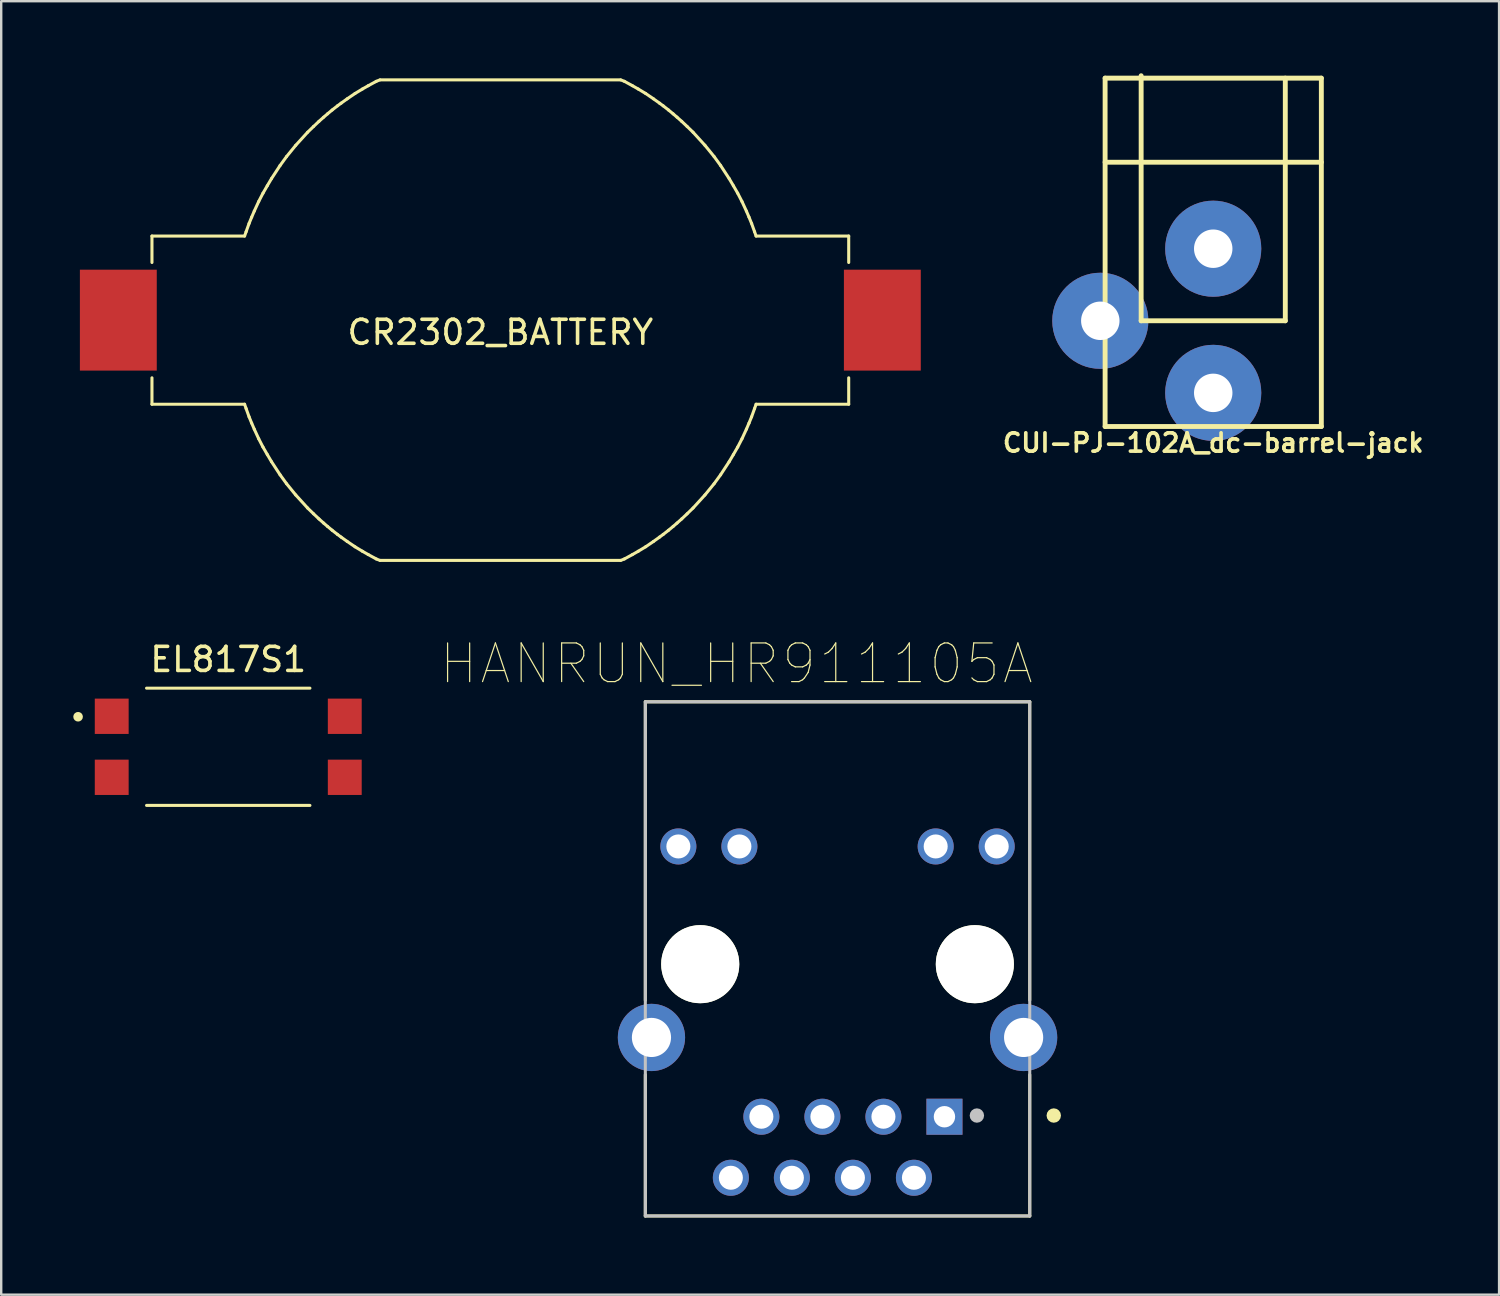
<source format=kicad_pcb>
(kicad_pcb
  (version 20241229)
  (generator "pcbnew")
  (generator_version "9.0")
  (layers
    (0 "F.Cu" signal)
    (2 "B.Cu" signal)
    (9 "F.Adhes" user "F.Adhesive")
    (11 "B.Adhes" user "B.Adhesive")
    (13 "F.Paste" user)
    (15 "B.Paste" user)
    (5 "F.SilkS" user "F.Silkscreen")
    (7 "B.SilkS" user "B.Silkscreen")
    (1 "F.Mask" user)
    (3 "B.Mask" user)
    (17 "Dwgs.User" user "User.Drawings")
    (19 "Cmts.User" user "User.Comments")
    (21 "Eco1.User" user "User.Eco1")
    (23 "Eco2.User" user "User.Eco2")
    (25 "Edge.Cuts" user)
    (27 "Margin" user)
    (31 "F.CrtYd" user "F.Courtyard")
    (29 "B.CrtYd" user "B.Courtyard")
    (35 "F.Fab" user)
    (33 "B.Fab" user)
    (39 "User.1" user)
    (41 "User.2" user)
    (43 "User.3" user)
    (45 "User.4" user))
  (footprint "HANRUN_HR911105A"
    (layer "F.Cu")
    (at 31.81 37.081)
    (property "Reference" "HANRUN_HR911105A" (at -4.209 -12.503 0) (layer "F.SilkS") (effects (font (size 1.608 1.608) (thickness 0.05))))
    (attr through_hole)
    (fp_line (start -8 -10.92) (end -8 1.5) (stroke (width 0.127) (type solid)) (layer "F.SilkS"))
    (fp_line (start -8 4.6) (end -8 10.48) (stroke (width 0.127) (type solid)) (layer "F.SilkS"))
    (fp_line (start 8 -10.92) (end -8 -10.92) (stroke (width 0.127) (type solid)) (layer "F.SilkS"))
    (fp_line (start 8 -10.92) (end 8 1.5) (stroke (width 0.127) (type solid)) (layer "F.SilkS"))
    (fp_line (start 8 4.6) (end 8 10.48) (stroke (width 0.127) (type solid)) (layer "F.SilkS"))
    (fp_line (start 8 10.48) (end -8 10.48) (stroke (width 0.127) (type solid)) (layer "F.SilkS"))
    (fp_circle (center 9 6.3) (end 9.15 6.3) (stroke (width 0.3) (type solid)) (fill no) (layer "F.SilkS"))
    (fp_line (start -8 -10.92) (end -8 10.48) (stroke (width 0.127) (type solid)) (layer "Dwgs.User"))
    (fp_line (start -8 10.48) (end 8 10.48) (stroke (width 0.127) (type solid)) (layer "Dwgs.User"))
    (fp_line (start 8 -10.92) (end -8 -10.92) (stroke (width 0.127) (type solid)) (layer "Dwgs.User"))
    (fp_line (start 8 10.48) (end 8 -10.92) (stroke (width 0.127) (type solid)) (layer "Dwgs.User"))
    (fp_circle (center 5.8 6.3) (end 5.95 6.3) (stroke (width 0.3) (type solid)) (fill no) (layer "Dwgs.User"))
    (fp_line (start -9.25 -11.17) (end -9.25 10.73) (stroke (width 0.05) (type solid)) (layer "Eco1.User"))
    (fp_line (start -9.25 10.73) (end 9.25 10.73) (stroke (width 0.05) (type solid)) (layer "Eco1.User"))
    (fp_line (start 9.25 -11.17) (end -9.25 -11.17) (stroke (width 0.05) (type solid)) (layer "Eco1.User"))
    (fp_line (start 9.25 10.73) (end 9.25 -11.17) (stroke (width 0.05) (type solid)) (layer "Eco1.User"))
    (pad "" np_thru_hole circle (at -5.715 0) (size 3.25 3.25) (drill 3.25) (layers "*.Cu" "*.Mask" "F.SilkS"))
    (pad "" np_thru_hole circle (at 5.715 0) (size 3.25 3.25) (drill 3.25) (layers "*.Cu" "*.Mask" "F.SilkS"))
    (pad "1" thru_hole rect (at 4.45 6.35 180) (size 1.5 1.5) (drill 0.89) (layers "*.Cu" "*.Mask"))
    (pad "2" thru_hole circle (at 3.18 8.89 180) (size 1.5 1.5) (drill 1) (layers "*.Cu" "*.Mask"))
    (pad "3" thru_hole circle (at 1.91 6.35 180) (size 1.5 1.5) (drill 1) (layers "*.Cu" "*.Mask"))
    (pad "4" thru_hole circle (at 0.64 8.89 180) (size 1.5 1.5) (drill 1) (layers "*.Cu" "*.Mask"))
    (pad "5" thru_hole circle (at -0.63 6.35 180) (size 1.5 1.5) (drill 1) (layers "*.Cu" "*.Mask"))
    (pad "6" thru_hole circle (at -1.9 8.89 180) (size 1.5 1.5) (drill 1) (layers "*.Cu" "*.Mask"))
    (pad "7" thru_hole circle (at -3.17 6.35 180) (size 1.5 1.5) (drill 1) (layers "*.Cu" "*.Mask"))
    (pad "8" thru_hole circle (at -4.44 8.89 180) (size 1.5 1.5) (drill 1) (layers "*.Cu" "*.Mask"))
    (pad "9" thru_hole circle (at 6.625 -4.9 180) (size 1.5 1.5) (drill 1) (layers "*.Cu" "*.Mask"))
    (pad "10" thru_hole circle (at 4.085 -4.9 180) (size 1.5 1.5) (drill 1) (layers "*.Cu" "*.Mask"))
    (pad "11" thru_hole circle (at -4.085 -4.9 180) (size 1.5 1.5) (drill 1) (layers "*.Cu" "*.Mask"))
    (pad "12" thru_hole circle (at -6.625 -4.9 180) (size 1.5 1.5) (drill 1) (layers "*.Cu" "*.Mask"))
    (pad "15" thru_hole circle (at 7.745 3.05 270) (size 2.8 2.8) (drill 1.63) (layers "*.Cu" "*.Mask"))
    (pad "16" thru_hole circle (at -7.745 3.05 270) (size 2.8 2.8) (drill 1.63) (layers "*.Cu" "*.Mask")))
  (footprint "EL817S1"
    (layer "F.Cu")
    (at 6.45 28.033)
    (property "Reference" "EL817S1" (at 0 -3.635 0) (layer "F.SilkS") (effects (font (size 1 1) (thickness 0.15))))
    (attr smd)
    (fp_line (start -3.4 -2.44) (end 3.4 -2.44) (stroke (width 0.127) (type solid)) (layer "F.SilkS"))
    (fp_line (start 3.4 2.44) (end -3.4 2.44) (stroke (width 0.127) (type solid)) (layer "F.SilkS"))
    (fp_circle (center -6.25 -1.25) (end -6.15 -1.25) (stroke (width 0.2) (type solid)) (fill no) (layer "F.SilkS"))
    (fp_line (start -5.81 -2.69) (end 5.81 -2.69) (stroke (width 0.05) (type solid)) (layer "Eco1.User"))
    (fp_line (start -5.81 2.69) (end -5.81 -2.69) (stroke (width 0.05) (type solid)) (layer "Eco1.User"))
    (fp_line (start 5.81 -2.69) (end 5.81 2.69) (stroke (width 0.05) (type solid)) (layer "Eco1.User"))
    (fp_line (start 5.81 2.69) (end -5.81 2.69) (stroke (width 0.05) (type solid)) (layer "Eco1.User"))
    (fp_line (start -3.4 -2.44) (end -3.4 2.44) (stroke (width 0.127) (type solid)) (layer "Eco2.User"))
    (fp_line (start -3.4 2.44) (end 3.4 2.44) (stroke (width 0.127) (type solid)) (layer "Eco2.User"))
    (fp_line (start 3.4 -2.44) (end -3.4 -2.44) (stroke (width 0.127) (type solid)) (layer "Eco2.User"))
    (fp_line (start 3.4 2.44) (end 3.4 -2.44) (stroke (width 0.127) (type solid)) (layer "Eco2.User"))
    (fp_circle (center -6.25 -1.25) (end -6.15 -1.25) (stroke (width 0.2) (type solid)) (fill no) (layer "Eco2.User"))
    (pad "1" smd rect (at -4.85 -1.27) (size 1.41 1.47) (layers "F.Cu" "F.Mask" "F.Paste"))
    (pad "2" smd rect (at -4.85 1.27) (size 1.41 1.47) (layers "F.Cu" "F.Mask" "F.Paste"))
    (pad "3" smd rect (at 4.85 1.27 180) (size 1.41 1.47) (layers "F.Cu" "F.Mask" "F.Paste"))
    (pad "4" smd rect (at 4.85 -1.27 180) (size 1.41 1.47) (layers "F.Cu" "F.Mask" "F.Paste")))
  (footprint "CR2302_BATTERY"
    (layer "F.Cu")
    (at 17.775 10.275)
    (property "Reference" "CR2302_BATTERY" (at 0 0.508 0) (layer "F.SilkS") (effects (font (size 1 1) (thickness 0.15))))
    (attr smd)
    (fp_line (start -14.5 -3.5) (end -10.645 -3.5) (stroke (width 0.127) (type solid)) (layer "F.SilkS"))
    (fp_line (start -14.5 -2.4) (end -14.5 -3.5) (stroke (width 0.127) (type solid)) (layer "F.SilkS"))
    (fp_line (start -14.5 2.4) (end -14.5 3.5) (stroke (width 0.127) (type solid)) (layer "F.SilkS"))
    (fp_line (start -14.5 3.5) (end -10.645 3.5) (stroke (width 0.127) (type solid)) (layer "F.SilkS"))
    (fp_line (start -10.645 -3.5) (end -10.581 -3.681) (stroke (width 0.127) (type solid)) (layer "F.SilkS"))
    (fp_line (start -10.645 3.5) (end -10.581 3.681) (stroke (width 0.127) (type solid)) (layer "F.SilkS"))
    (fp_line (start -10.581 -3.681) (end -10.458 -4.024) (stroke (width 0.127) (type solid)) (layer "F.SilkS"))
    (fp_line (start -10.581 3.681) (end -10.458 4.024) (stroke (width 0.127) (type solid)) (layer "F.SilkS"))
    (fp_line (start -10.458 -4.024) (end -10.35 -4.287) (stroke (width 0.127) (type solid)) (layer "F.SilkS"))
    (fp_line (start -10.458 4.024) (end -10.35 4.287) (stroke (width 0.127) (type solid)) (layer "F.SilkS"))
    (fp_line (start -10.35 -4.287) (end -10.242 -4.538) (stroke (width 0.127) (type solid)) (layer "F.SilkS"))
    (fp_line (start -10.35 4.287) (end -10.242 4.538) (stroke (width 0.127) (type solid)) (layer "F.SilkS"))
    (fp_line (start -10.242 -4.538) (end -10.058 -4.937) (stroke (width 0.127) (type solid)) (layer "F.SilkS"))
    (fp_line (start -10.242 4.538) (end -10.058 4.937) (stroke (width 0.127) (type solid)) (layer "F.SilkS"))
    (fp_line (start -10.058 -4.937) (end -9.88 -5.282) (stroke (width 0.127) (type solid)) (layer "F.SilkS"))
    (fp_line (start -10.058 4.937) (end -9.88 5.282) (stroke (width 0.127) (type solid)) (layer "F.SilkS"))
    (fp_line (start -9.88 -5.282) (end -9.7 -5.594) (stroke (width 0.127) (type solid)) (layer "F.SilkS"))
    (fp_line (start -9.88 5.282) (end -9.7 5.594) (stroke (width 0.127) (type solid)) (layer "F.SilkS"))
    (fp_line (start -9.7 -5.594) (end -9.524 -5.892) (stroke (width 0.127) (type solid)) (layer "F.SilkS"))
    (fp_line (start -9.7 5.594) (end -9.524 5.892) (stroke (width 0.127) (type solid)) (layer "F.SilkS"))
    (fp_line (start -9.524 -5.892) (end -9.168 -6.436) (stroke (width 0.127) (type solid)) (layer "F.SilkS"))
    (fp_line (start -9.524 5.892) (end -9.168 6.436) (stroke (width 0.127) (type solid)) (layer "F.SilkS"))
    (fp_line (start -9.168 -6.436) (end -8.897 -6.809) (stroke (width 0.127) (type solid)) (layer "F.SilkS"))
    (fp_line (start -9.168 6.436) (end -8.897 6.809) (stroke (width 0.127) (type solid)) (layer "F.SilkS"))
    (fp_line (start -8.897 -6.809) (end -8.516 -7.277) (stroke (width 0.127) (type solid)) (layer "F.SilkS"))
    (fp_line (start -8.897 6.809) (end -8.516 7.277) (stroke (width 0.127) (type solid)) (layer "F.SilkS"))
    (fp_line (start -8.516 -7.277) (end -8.022 -7.82) (stroke (width 0.127) (type solid)) (layer "F.SilkS"))
    (fp_line (start -8.516 7.277) (end -8.022 7.82) (stroke (width 0.127) (type solid)) (layer "F.SilkS"))
    (fp_line (start -8.022 -7.82) (end -7.774 -8.061) (stroke (width 0.127) (type solid)) (layer "F.SilkS"))
    (fp_line (start -8.022 7.82) (end -7.774 8.061) (stroke (width 0.127) (type solid)) (layer "F.SilkS"))
    (fp_line (start -7.774 -8.061) (end -7.55 -8.273) (stroke (width 0.127) (type solid)) (layer "F.SilkS"))
    (fp_line (start -7.774 8.061) (end -7.55 8.273) (stroke (width 0.127) (type solid)) (layer "F.SilkS"))
    (fp_line (start -7.55 -8.273) (end -7.354 -8.447) (stroke (width 0.127) (type solid)) (layer "F.SilkS"))
    (fp_line (start -7.55 8.273) (end -7.354 8.447) (stroke (width 0.127) (type solid)) (layer "F.SilkS"))
    (fp_line (start -7.354 -8.447) (end -7.193 -8.586) (stroke (width 0.127) (type solid)) (layer "F.SilkS"))
    (fp_line (start -7.354 8.447) (end -7.193 8.586) (stroke (width 0.127) (type solid)) (layer "F.SilkS"))
    (fp_line (start -7.193 -8.586) (end -7 -8.746) (stroke (width 0.127) (type solid)) (layer "F.SilkS"))
    (fp_line (start -7.193 8.586) (end -7 8.746) (stroke (width 0.127) (type solid)) (layer "F.SilkS"))
    (fp_line (start -7 -8.746) (end -6.779 -8.919) (stroke (width 0.127) (type solid)) (layer "F.SilkS"))
    (fp_line (start -7 8.746) (end -6.779 8.919) (stroke (width 0.127) (type solid)) (layer "F.SilkS"))
    (fp_line (start -6.779 -8.919) (end -6.628 -9.03) (stroke (width 0.127) (type solid)) (layer "F.SilkS"))
    (fp_line (start -6.779 8.919) (end -6.628 9.03) (stroke (width 0.127) (type solid)) (layer "F.SilkS"))
    (fp_line (start -6.628 -9.03) (end -6.375 -9.211) (stroke (width 0.127) (type solid)) (layer "F.SilkS"))
    (fp_line (start -6.628 9.03) (end -6.375 9.211) (stroke (width 0.127) (type solid)) (layer "F.SilkS"))
    (fp_line (start -6.375 -9.211) (end -6.049 -9.433) (stroke (width 0.127) (type solid)) (layer "F.SilkS"))
    (fp_line (start -6.375 9.211) (end -6.049 9.433) (stroke (width 0.127) (type solid)) (layer "F.SilkS"))
    (fp_line (start -6.049 -9.433) (end -5.741 -9.619) (stroke (width 0.127) (type solid)) (layer "F.SilkS"))
    (fp_line (start -6.049 9.433) (end -5.741 9.619) (stroke (width 0.127) (type solid)) (layer "F.SilkS"))
    (fp_line (start -5.741 -9.619) (end -5.497 -9.758) (stroke (width 0.127) (type solid)) (layer "F.SilkS"))
    (fp_line (start -5.741 9.619) (end -5.497 9.758) (stroke (width 0.127) (type solid)) (layer "F.SilkS"))
    (fp_line (start -5.497 -9.758) (end -5.166 -9.939) (stroke (width 0.127) (type solid)) (layer "F.SilkS"))
    (fp_line (start -5.497 9.758) (end -5.166 9.939) (stroke (width 0.127) (type solid)) (layer "F.SilkS"))
    (fp_line (start -5.166 -9.939) (end -5.013 -10) (stroke (width 0.127) (type solid)) (layer "F.SilkS"))
    (fp_line (start -5.166 9.939) (end -5.013 10) (stroke (width 0.127) (type solid)) (layer "F.SilkS"))
    (fp_line (start -5 -10) (end 5 -10) (stroke (width 0.127) (type solid)) (layer "F.SilkS"))
    (fp_line (start -5 10) (end 5 10) (stroke (width 0.127) (type solid)) (layer "F.SilkS"))
    (fp_line (start 5.166 -9.939) (end 5.013 -10) (stroke (width 0.127) (type solid)) (layer "F.SilkS"))
    (fp_line (start 5.166 9.939) (end 5.013 10) (stroke (width 0.127) (type solid)) (layer "F.SilkS"))
    (fp_line (start 5.497 -9.758) (end 5.166 -9.939) (stroke (width 0.127) (type solid)) (layer "F.SilkS"))
    (fp_line (start 5.497 9.758) (end 5.166 9.939) (stroke (width 0.127) (type solid)) (layer "F.SilkS"))
    (fp_line (start 5.741 -9.619) (end 5.497 -9.758) (stroke (width 0.127) (type solid)) (layer "F.SilkS"))
    (fp_line (start 5.741 9.619) (end 5.497 9.758) (stroke (width 0.127) (type solid)) (layer "F.SilkS"))
    (fp_line (start 6.049 -9.433) (end 5.741 -9.619) (stroke (width 0.127) (type solid)) (layer "F.SilkS"))
    (fp_line (start 6.049 9.433) (end 5.741 9.619) (stroke (width 0.127) (type solid)) (layer "F.SilkS"))
    (fp_line (start 6.375 -9.211) (end 6.049 -9.433) (stroke (width 0.127) (type solid)) (layer "F.SilkS"))
    (fp_line (start 6.375 9.211) (end 6.049 9.433) (stroke (width 0.127) (type solid)) (layer "F.SilkS"))
    (fp_line (start 6.628 -9.03) (end 6.375 -9.211) (stroke (width 0.127) (type solid)) (layer "F.SilkS"))
    (fp_line (start 6.628 9.03) (end 6.375 9.211) (stroke (width 0.127) (type solid)) (layer "F.SilkS"))
    (fp_line (start 6.779 -8.919) (end 6.628 -9.03) (stroke (width 0.127) (type solid)) (layer "F.SilkS"))
    (fp_line (start 6.779 8.919) (end 6.628 9.03) (stroke (width 0.127) (type solid)) (layer "F.SilkS"))
    (fp_line (start 7 -8.746) (end 6.779 -8.919) (stroke (width 0.127) (type solid)) (layer "F.SilkS"))
    (fp_line (start 7 8.746) (end 6.779 8.919) (stroke (width 0.127) (type solid)) (layer "F.SilkS"))
    (fp_line (start 7.193 -8.586) (end 7 -8.746) (stroke (width 0.127) (type solid)) (layer "F.SilkS"))
    (fp_line (start 7.193 8.586) (end 7 8.746) (stroke (width 0.127) (type solid)) (layer "F.SilkS"))
    (fp_line (start 7.354 -8.447) (end 7.193 -8.586) (stroke (width 0.127) (type solid)) (layer "F.SilkS"))
    (fp_line (start 7.354 8.447) (end 7.193 8.586) (stroke (width 0.127) (type solid)) (layer "F.SilkS"))
    (fp_line (start 7.55 -8.273) (end 7.354 -8.447) (stroke (width 0.127) (type solid)) (layer "F.SilkS"))
    (fp_line (start 7.55 8.273) (end 7.354 8.447) (stroke (width 0.127) (type solid)) (layer "F.SilkS"))
    (fp_line (start 7.774 -8.061) (end 7.55 -8.273) (stroke (width 0.127) (type solid)) (layer "F.SilkS"))
    (fp_line (start 7.774 8.061) (end 7.55 8.273) (stroke (width 0.127) (type solid)) (layer "F.SilkS"))
    (fp_line (start 8.022 -7.82) (end 7.774 -8.061) (stroke (width 0.127) (type solid)) (layer "F.SilkS"))
    (fp_line (start 8.022 7.82) (end 7.774 8.061) (stroke (width 0.127) (type solid)) (layer "F.SilkS"))
    (fp_line (start 8.516 -7.277) (end 8.022 -7.82) (stroke (width 0.127) (type solid)) (layer "F.SilkS"))
    (fp_line (start 8.516 7.277) (end 8.022 7.82) (stroke (width 0.127) (type solid)) (layer "F.SilkS"))
    (fp_line (start 8.897 -6.809) (end 8.516 -7.277) (stroke (width 0.127) (type solid)) (layer "F.SilkS"))
    (fp_line (start 8.897 6.809) (end 8.516 7.277) (stroke (width 0.127) (type solid)) (layer "F.SilkS"))
    (fp_line (start 9.168 -6.436) (end 8.897 -6.809) (stroke (width 0.127) (type solid)) (layer "F.SilkS"))
    (fp_line (start 9.168 6.436) (end 8.897 6.809) (stroke (width 0.127) (type solid)) (layer "F.SilkS"))
    (fp_line (start 9.524 -5.892) (end 9.168 -6.436) (stroke (width 0.127) (type solid)) (layer "F.SilkS"))
    (fp_line (start 9.524 5.892) (end 9.168 6.436) (stroke (width 0.127) (type solid)) (layer "F.SilkS"))
    (fp_line (start 9.7 -5.594) (end 9.524 -5.892) (stroke (width 0.127) (type solid)) (layer "F.SilkS"))
    (fp_line (start 9.7 5.594) (end 9.524 5.892) (stroke (width 0.127) (type solid)) (layer "F.SilkS"))
    (fp_line (start 9.88 -5.282) (end 9.7 -5.594) (stroke (width 0.127) (type solid)) (layer "F.SilkS"))
    (fp_line (start 9.88 5.282) (end 9.7 5.594) (stroke (width 0.127) (type solid)) (layer "F.SilkS"))
    (fp_line (start 10.058 -4.937) (end 9.88 -5.282) (stroke (width 0.127) (type solid)) (layer "F.SilkS"))
    (fp_line (start 10.058 4.937) (end 9.88 5.282) (stroke (width 0.127) (type solid)) (layer "F.SilkS"))
    (fp_line (start 10.242 -4.538) (end 10.058 -4.937) (stroke (width 0.127) (type solid)) (layer "F.SilkS"))
    (fp_line (start 10.242 4.538) (end 10.058 4.937) (stroke (width 0.127) (type solid)) (layer "F.SilkS"))
    (fp_line (start 10.35 -4.287) (end 10.242 -4.538) (stroke (width 0.127) (type solid)) (layer "F.SilkS"))
    (fp_line (start 10.35 4.287) (end 10.242 4.538) (stroke (width 0.127) (type solid)) (layer "F.SilkS"))
    (fp_line (start 10.458 -4.024) (end 10.35 -4.287) (stroke (width 0.127) (type solid)) (layer "F.SilkS"))
    (fp_line (start 10.458 4.024) (end 10.35 4.287) (stroke (width 0.127) (type solid)) (layer "F.SilkS"))
    (fp_line (start 10.581 -3.681) (end 10.458 -4.024) (stroke (width 0.127) (type solid)) (layer "F.SilkS"))
    (fp_line (start 10.581 3.681) (end 10.458 4.024) (stroke (width 0.127) (type solid)) (layer "F.SilkS"))
    (fp_line (start 10.645 -3.5) (end 10.581 -3.681) (stroke (width 0.127) (type solid)) (layer "F.SilkS"))
    (fp_line (start 10.645 3.5) (end 10.581 3.681) (stroke (width 0.127) (type solid)) (layer "F.SilkS"))
    (fp_line (start 14.5 -3.5) (end 10.645 -3.5) (stroke (width 0.127) (type solid)) (layer "F.SilkS"))
    (fp_line (start 14.5 -2.4) (end 14.5 -3.5) (stroke (width 0.127) (type solid)) (layer "F.SilkS"))
    (fp_line (start 14.5 2.4) (end 14.5 3.5) (stroke (width 0.127) (type solid)) (layer "F.SilkS"))
    (fp_line (start 14.5 3.5) (end 10.645 3.5) (stroke (width 0.127) (type solid)) (layer "F.SilkS"))
    (fp_line (start -17.75 -10.25) (end -17.75 10.25) (stroke (width 0.05) (type solid)) (layer "Eco1.User"))
    (fp_line (start -17.75 10.25) (end 17.75 10.25) (stroke (width 0.05) (type solid)) (layer "Eco1.User"))
    (fp_line (start 17.75 -10.25) (end -17.75 -10.25) (stroke (width 0.05) (type solid)) (layer "Eco1.User"))
    (fp_line (start 17.75 10.25) (end 17.75 -10.25) (stroke (width 0.05) (type solid)) (layer "Eco1.User"))
    (pad "+" smd rect (at -15.9 0) (size 3.2 4.2) (layers "F.Cu" "F.Mask" "F.Paste"))
    (pad "-" smd rect (at 15.9 0) (size 3.2 4.2) (layers "F.Cu" "F.Mask" "F.Paste")))
  (footprint "CUI-PJ-102A_dc-barrel-jack"
    (layer "F.Cu")
    (at 47.447 10.302)
    (property "Reference" "CUI-PJ-102A_dc-barrel-jack" (at 0 5.08 0) (layer "F.SilkS") (effects (font (size 0.762 0.762) (thickness 0.152))))
    (attr through_hole)
    (fp_line (start -4.5 -10.1) (end -4.5 4.4) (stroke (width 0.203) (type solid)) (layer "F.SilkS"))
    (fp_line (start -4.5 -6.6) (end 4.5 -6.6) (stroke (width 0.203) (type solid)) (layer "F.SilkS"))
    (fp_line (start -4.5 4.4) (end 4.5 4.4) (stroke (width 0.203) (type solid)) (layer "F.SilkS"))
    (fp_line (start -3 0) (end -3 -10.2) (stroke (width 0.203) (type solid)) (layer "F.SilkS"))
    (fp_line (start 3 -10.1) (end 3 0) (stroke (width 0.203) (type solid)) (layer "F.SilkS"))
    (fp_line (start 3 0) (end -3 0) (stroke (width 0.203) (type solid)) (layer "F.SilkS"))
    (fp_line (start 4.5 -10.1) (end -4.5 -10.1) (stroke (width 0.203) (type solid)) (layer "F.SilkS"))
    (fp_line (start 4.5 4.4) (end 4.5 -10.1) (stroke (width 0.203) (type solid)) (layer "F.SilkS"))
    (pad "1" thru_hole circle (at 0 3) (size 4 4) (drill 1.6) (layers "*.Cu" "*.Mask"))
    (pad "2" thru_hole circle (at -4.7 0) (size 4 4) (drill 1.6) (layers "*.Cu" "*.Mask"))
    (pad "2" thru_hole circle (at 0 -3) (size 4 4) (drill 1.6) (layers "*.Cu" "*.Mask")))
  (gr_rect
    (start -3 -3)
    (end 59.345 50.836)
    (stroke (width 0.1) (type default))
    (fill no)
    (layer "Edge.Cuts")))
</source>
